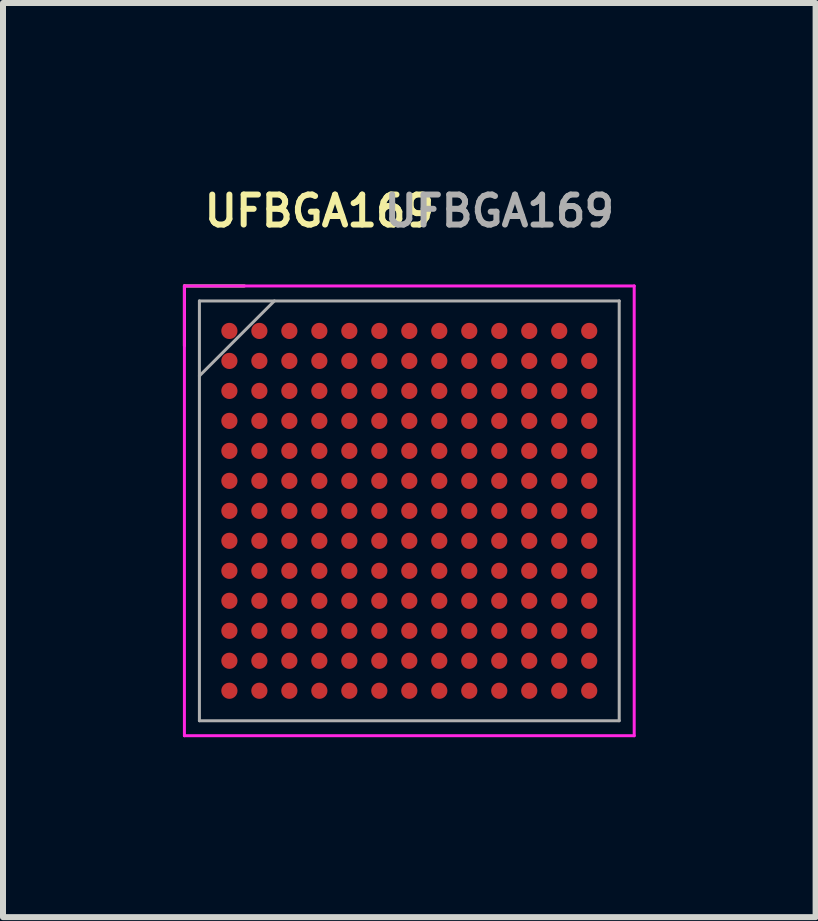
<source format=kicad_pcb>
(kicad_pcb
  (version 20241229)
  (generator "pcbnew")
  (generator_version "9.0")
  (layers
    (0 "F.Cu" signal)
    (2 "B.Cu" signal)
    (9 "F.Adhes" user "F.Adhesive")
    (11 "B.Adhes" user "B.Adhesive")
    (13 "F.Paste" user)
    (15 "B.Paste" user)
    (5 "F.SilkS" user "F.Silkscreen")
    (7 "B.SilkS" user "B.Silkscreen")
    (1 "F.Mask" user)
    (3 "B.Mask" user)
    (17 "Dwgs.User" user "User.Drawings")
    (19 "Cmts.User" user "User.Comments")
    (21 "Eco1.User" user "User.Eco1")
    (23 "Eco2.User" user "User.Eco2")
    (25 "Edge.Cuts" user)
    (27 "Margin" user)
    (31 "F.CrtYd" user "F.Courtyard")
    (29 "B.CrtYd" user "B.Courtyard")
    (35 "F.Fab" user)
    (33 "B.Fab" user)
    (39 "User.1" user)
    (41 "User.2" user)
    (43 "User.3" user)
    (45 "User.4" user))
  (footprint "UFBGA169"
    (layer "F.Cu")
    (at 3.775 5.468)
    (property "Reference" "UFBGA169" (at -1.5 -5 0) (layer "F.SilkS") (effects (font (size 0.5 0.5) (thickness 0.1))))
    (attr smd)
    (fp_line (start -3.75 -3.75) (end -2.75 -3.75) (stroke (width 0.05) (type solid)) (layer "F.SilkS"))
    (fp_line (start -3.75 -2.75) (end -3.75 -3.75) (stroke (width 0.05) (type solid)) (layer "F.SilkS"))
    (fp_line (start -3.75 -3.75) (end 3.75 -3.75) (stroke (width 0.05) (type solid)) (layer "F.CrtYd"))
    (fp_line (start -3.75 3.75) (end -3.75 -3.75) (stroke (width 0.05) (type solid)) (layer "F.CrtYd"))
    (fp_line (start 3.75 -3.75) (end 3.75 3.75) (stroke (width 0.05) (type solid)) (layer "F.CrtYd"))
    (fp_line (start 3.75 3.75) (end -3.75 3.75) (stroke (width 0.05) (type solid)) (layer "F.CrtYd"))
    (fp_line (start -3.5 -3.5) (end 3.5 -3.5) (stroke (width 0.05) (type solid)) (layer "F.Fab"))
    (fp_line (start -3.5 3.5) (end -3.5 -3.5) (stroke (width 0.05) (type solid)) (layer "F.Fab"))
    (fp_line (start -2.25 -3.5) (end -3.5 -2.25) (stroke (width 0.05) (type solid)) (layer "F.Fab"))
    (fp_line (start 3.5 -3.5) (end 3.5 3.5) (stroke (width 0.05) (type solid)) (layer "F.Fab"))
    (fp_line (start 3.5 3.5) (end -3.5 3.5) (stroke (width 0.05) (type solid)) (layer "F.Fab"))
    (fp_text user "${REFERENCE}" (at 1.5 -5 0) (layer "F.Fab") (effects (font (size 0.5 0.5) (thickness 0.1))))
    (pad "" smd rect (at -3 -3) (size 0.27 0.27) (layers "F.Paste"))
    (pad "" smd rect (at -3 -2.5) (size 0.27 0.27) (layers "F.Paste"))
    (pad "" smd rect (at -3 -2) (size 0.27 0.27) (layers "F.Paste"))
    (pad "" smd rect (at -3 -1.5) (size 0.27 0.27) (layers "F.Paste"))
    (pad "" smd rect (at -3 -1) (size 0.27 0.27) (layers "F.Paste"))
    (pad "" smd rect (at -3 -0.5) (size 0.27 0.27) (layers "F.Paste"))
    (pad "" smd rect (at -3 0) (size 0.27 0.27) (layers "F.Paste"))
    (pad "" smd rect (at -3 0.5) (size 0.27 0.27) (layers "F.Paste"))
    (pad "" smd rect (at -3 1) (size 0.27 0.27) (layers "F.Paste"))
    (pad "" smd rect (at -3 1.5) (size 0.27 0.27) (layers "F.Paste"))
    (pad "" smd rect (at -3 2) (size 0.27 0.27) (layers "F.Paste"))
    (pad "" smd rect (at -3 2.5) (size 0.27 0.27) (layers "F.Paste"))
    (pad "" smd rect (at -3 3) (size 0.27 0.27) (layers "F.Paste"))
    (pad "" smd rect (at -2.5 -3) (size 0.27 0.27) (layers "F.Paste"))
    (pad "" smd rect (at -2.5 -2.5) (size 0.27 0.27) (layers "F.Paste"))
    (pad "" smd rect (at -2.5 -2) (size 0.27 0.27) (layers "F.Paste"))
    (pad "" smd rect (at -2.5 -1.5) (size 0.27 0.27) (layers "F.Paste"))
    (pad "" smd rect (at -2.5 -1) (size 0.27 0.27) (layers "F.Paste"))
    (pad "" smd rect (at -2.5 -0.5) (size 0.27 0.27) (layers "F.Paste"))
    (pad "" smd rect (at -2.5 0) (size 0.27 0.27) (layers "F.Paste"))
    (pad "" smd rect (at -2.5 0.5) (size 0.27 0.27) (layers "F.Paste"))
    (pad "" smd rect (at -2.5 1) (size 0.27 0.27) (layers "F.Paste"))
    (pad "" smd rect (at -2.5 1.5) (size 0.27 0.27) (layers "F.Paste"))
    (pad "" smd rect (at -2.5 2) (size 0.27 0.27) (layers "F.Paste"))
    (pad "" smd rect (at -2.5 2.5) (size 0.27 0.27) (layers "F.Paste"))
    (pad "" smd rect (at -2.5 3) (size 0.27 0.27) (layers "F.Paste"))
    (pad "" smd rect (at -2 -3) (size 0.27 0.27) (layers "F.Paste"))
    (pad "" smd rect (at -2 -2.5) (size 0.27 0.27) (layers "F.Paste"))
    (pad "" smd rect (at -2 -2) (size 0.27 0.27) (layers "F.Paste"))
    (pad "" smd rect (at -2 -1.5) (size 0.27 0.27) (layers "F.Paste"))
    (pad "" smd rect (at -2 -1) (size 0.27 0.27) (layers "F.Paste"))
    (pad "" smd rect (at -2 -0.5) (size 0.27 0.27) (layers "F.Paste"))
    (pad "" smd rect (at -2 0) (size 0.27 0.27) (layers "F.Paste"))
    (pad "" smd rect (at -2 0.5) (size 0.27 0.27) (layers "F.Paste"))
    (pad "" smd rect (at -2 1) (size 0.27 0.27) (layers "F.Paste"))
    (pad "" smd rect (at -2 1.5) (size 0.27 0.27) (layers "F.Paste"))
    (pad "" smd rect (at -2 2) (size 0.27 0.27) (layers "F.Paste"))
    (pad "" smd rect (at -2 2.5) (size 0.27 0.27) (layers "F.Paste"))
    (pad "" smd rect (at -2 3) (size 0.27 0.27) (layers "F.Paste"))
    (pad "" smd rect (at -1.5 -3) (size 0.27 0.27) (layers "F.Paste"))
    (pad "" smd rect (at -1.5 -2.5) (size 0.27 0.27) (layers "F.Paste"))
    (pad "" smd rect (at -1.5 -2) (size 0.27 0.27) (layers "F.Paste"))
    (pad "" smd rect (at -1.5 -1.5) (size 0.27 0.27) (layers "F.Paste"))
    (pad "" smd rect (at -1.5 -1) (size 0.27 0.27) (layers "F.Paste"))
    (pad "" smd rect (at -1.5 -0.5) (size 0.27 0.27) (layers "F.Paste"))
    (pad "" smd rect (at -1.5 0) (size 0.27 0.27) (layers "F.Paste"))
    (pad "" smd rect (at -1.5 0.5) (size 0.27 0.27) (layers "F.Paste"))
    (pad "" smd rect (at -1.5 1) (size 0.27 0.27) (layers "F.Paste"))
    (pad "" smd rect (at -1.5 1.5) (size 0.27 0.27) (layers "F.Paste"))
    (pad "" smd rect (at -1.5 2) (size 0.27 0.27) (layers "F.Paste"))
    (pad "" smd rect (at -1.5 2.5) (size 0.27 0.27) (layers "F.Paste"))
    (pad "" smd rect (at -1.5 3) (size 0.27 0.27) (layers "F.Paste"))
    (pad "" smd rect (at -1 -3) (size 0.27 0.27) (layers "F.Paste"))
    (pad "" smd rect (at -1 -2.5) (size 0.27 0.27) (layers "F.Paste"))
    (pad "" smd rect (at -1 -2) (size 0.27 0.27) (layers "F.Paste"))
    (pad "" smd rect (at -1 -1.5) (size 0.27 0.27) (layers "F.Paste"))
    (pad "" smd rect (at -1 -1) (size 0.27 0.27) (layers "F.Paste"))
    (pad "" smd rect (at -1 -0.5) (size 0.27 0.27) (layers "F.Paste"))
    (pad "" smd rect (at -1 0) (size 0.27 0.27) (layers "F.Paste"))
    (pad "" smd rect (at -1 0.5) (size 0.27 0.27) (layers "F.Paste"))
    (pad "" smd rect (at -1 1) (size 0.27 0.27) (layers "F.Paste"))
    (pad "" smd rect (at -1 1.5) (size 0.27 0.27) (layers "F.Paste"))
    (pad "" smd rect (at -1 2) (size 0.27 0.27) (layers "F.Paste"))
    (pad "" smd rect (at -1 2.5) (size 0.27 0.27) (layers "F.Paste"))
    (pad "" smd rect (at -1 3) (size 0.27 0.27) (layers "F.Paste"))
    (pad "" smd rect (at -0.5 -3) (size 0.27 0.27) (layers "F.Paste"))
    (pad "" smd rect (at -0.5 -2.5) (size 0.27 0.27) (layers "F.Paste"))
    (pad "" smd rect (at -0.5 -2) (size 0.27 0.27) (layers "F.Paste"))
    (pad "" smd rect (at -0.5 -1.5) (size 0.27 0.27) (layers "F.Paste"))
    (pad "" smd rect (at -0.5 -1) (size 0.27 0.27) (layers "F.Paste"))
    (pad "" smd rect (at -0.5 -0.5) (size 0.27 0.27) (layers "F.Paste"))
    (pad "" smd rect (at -0.5 0) (size 0.27 0.27) (layers "F.Paste"))
    (pad "" smd rect (at -0.5 0.5) (size 0.27 0.27) (layers "F.Paste"))
    (pad "" smd rect (at -0.5 1) (size 0.27 0.27) (layers "F.Paste"))
    (pad "" smd rect (at -0.5 1.5) (size 0.27 0.27) (layers "F.Paste"))
    (pad "" smd rect (at -0.5 2) (size 0.27 0.27) (layers "F.Paste"))
    (pad "" smd rect (at -0.5 2.5) (size 0.27 0.27) (layers "F.Paste"))
    (pad "" smd rect (at -0.5 3) (size 0.27 0.27) (layers "F.Paste"))
    (pad "" smd rect (at 0 -3) (size 0.27 0.27) (layers "F.Paste"))
    (pad "" smd rect (at 0 -2.5) (size 0.27 0.27) (layers "F.Paste"))
    (pad "" smd rect (at 0 -2) (size 0.27 0.27) (layers "F.Paste"))
    (pad "" smd rect (at 0 -1.5) (size 0.27 0.27) (layers "F.Paste"))
    (pad "" smd rect (at 0 -1) (size 0.27 0.27) (layers "F.Paste"))
    (pad "" smd rect (at 0 -0.5) (size 0.27 0.27) (layers "F.Paste"))
    (pad "" smd rect (at 0 0) (size 0.27 0.27) (layers "F.Paste"))
    (pad "" smd rect (at 0 0.5) (size 0.27 0.27) (layers "F.Paste"))
    (pad "" smd rect (at 0 1) (size 0.27 0.27) (layers "F.Paste"))
    (pad "" smd rect (at 0 1.5) (size 0.27 0.27) (layers "F.Paste"))
    (pad "" smd rect (at 0 2) (size 0.27 0.27) (layers "F.Paste"))
    (pad "" smd rect (at 0 2.5) (size 0.27 0.27) (layers "F.Paste"))
    (pad "" smd rect (at 0 3) (size 0.27 0.27) (layers "F.Paste"))
    (pad "" smd rect (at 0.5 -3) (size 0.27 0.27) (layers "F.Paste"))
    (pad "" smd rect (at 0.5 -2.5) (size 0.27 0.27) (layers "F.Paste"))
    (pad "" smd rect (at 0.5 -2) (size 0.27 0.27) (layers "F.Paste"))
    (pad "" smd rect (at 0.5 -1.5) (size 0.27 0.27) (layers "F.Paste"))
    (pad "" smd rect (at 0.5 -1) (size 0.27 0.27) (layers "F.Paste"))
    (pad "" smd rect (at 0.5 -0.5) (size 0.27 0.27) (layers "F.Paste"))
    (pad "" smd rect (at 0.5 0) (size 0.27 0.27) (layers "F.Paste"))
    (pad "" smd rect (at 0.5 0.5) (size 0.27 0.27) (layers "F.Paste"))
    (pad "" smd rect (at 0.5 1) (size 0.27 0.27) (layers "F.Paste"))
    (pad "" smd rect (at 0.5 1.5) (size 0.27 0.27) (layers "F.Paste"))
    (pad "" smd rect (at 0.5 2) (size 0.27 0.27) (layers "F.Paste"))
    (pad "" smd rect (at 0.5 2.5) (size 0.27 0.27) (layers "F.Paste"))
    (pad "" smd rect (at 0.5 3) (size 0.27 0.27) (layers "F.Paste"))
    (pad "" smd rect (at 1 -3) (size 0.27 0.27) (layers "F.Paste"))
    (pad "" smd rect (at 1 -2.5) (size 0.27 0.27) (layers "F.Paste"))
    (pad "" smd rect (at 1 -2) (size 0.27 0.27) (layers "F.Paste"))
    (pad "" smd rect (at 1 -1.5) (size 0.27 0.27) (layers "F.Paste"))
    (pad "" smd rect (at 1 -1) (size 0.27 0.27) (layers "F.Paste"))
    (pad "" smd rect (at 1 -0.5) (size 0.27 0.27) (layers "F.Paste"))
    (pad "" smd rect (at 1 0) (size 0.27 0.27) (layers "F.Paste"))
    (pad "" smd rect (at 1 0.5) (size 0.27 0.27) (layers "F.Paste"))
    (pad "" smd rect (at 1 1) (size 0.27 0.27) (layers "F.Paste"))
    (pad "" smd rect (at 1 1.5) (size 0.27 0.27) (layers "F.Paste"))
    (pad "" smd rect (at 1 2) (size 0.27 0.27) (layers "F.Paste"))
    (pad "" smd rect (at 1 2.5) (size 0.27 0.27) (layers "F.Paste"))
    (pad "" smd rect (at 1 3) (size 0.27 0.27) (layers "F.Paste"))
    (pad "" smd rect (at 1.5 -3) (size 0.27 0.27) (layers "F.Paste"))
    (pad "" smd rect (at 1.5 -2.5) (size 0.27 0.27) (layers "F.Paste"))
    (pad "" smd rect (at 1.5 -2) (size 0.27 0.27) (layers "F.Paste"))
    (pad "" smd rect (at 1.5 -1.5) (size 0.27 0.27) (layers "F.Paste"))
    (pad "" smd rect (at 1.5 -1) (size 0.27 0.27) (layers "F.Paste"))
    (pad "" smd rect (at 1.5 -0.5) (size 0.27 0.27) (layers "F.Paste"))
    (pad "" smd rect (at 1.5 0) (size 0.27 0.27) (layers "F.Paste"))
    (pad "" smd rect (at 1.5 0.5) (size 0.27 0.27) (layers "F.Paste"))
    (pad "" smd rect (at 1.5 1) (size 0.27 0.27) (layers "F.Paste"))
    (pad "" smd rect (at 1.5 1.5) (size 0.27 0.27) (layers "F.Paste"))
    (pad "" smd rect (at 1.5 2) (size 0.27 0.27) (layers "F.Paste"))
    (pad "" smd rect (at 1.5 2.5) (size 0.27 0.27) (layers "F.Paste"))
    (pad "" smd rect (at 1.5 3) (size 0.27 0.27) (layers "F.Paste"))
    (pad "" smd rect (at 2 -3) (size 0.27 0.27) (layers "F.Paste"))
    (pad "" smd rect (at 2 -2.5) (size 0.27 0.27) (layers "F.Paste"))
    (pad "" smd rect (at 2 -2) (size 0.27 0.27) (layers "F.Paste"))
    (pad "" smd rect (at 2 -1.5) (size 0.27 0.27) (layers "F.Paste"))
    (pad "" smd rect (at 2 -1) (size 0.27 0.27) (layers "F.Paste"))
    (pad "" smd rect (at 2 -0.5) (size 0.27 0.27) (layers "F.Paste"))
    (pad "" smd rect (at 2 0) (size 0.27 0.27) (layers "F.Paste"))
    (pad "" smd rect (at 2 0.5) (size 0.27 0.27) (layers "F.Paste"))
    (pad "" smd rect (at 2 1) (size 0.27 0.27) (layers "F.Paste"))
    (pad "" smd rect (at 2 1.5) (size 0.27 0.27) (layers "F.Paste"))
    (pad "" smd rect (at 2 2) (size 0.27 0.27) (layers "F.Paste"))
    (pad "" smd rect (at 2 2.5) (size 0.27 0.27) (layers "F.Paste"))
    (pad "" smd rect (at 2 3) (size 0.27 0.27) (layers "F.Paste"))
    (pad "" smd rect (at 2.5 -3) (size 0.27 0.27) (layers "F.Paste"))
    (pad "" smd rect (at 2.5 -2.5) (size 0.27 0.27) (layers "F.Paste"))
    (pad "" smd rect (at 2.5 -2) (size 0.27 0.27) (layers "F.Paste"))
    (pad "" smd rect (at 2.5 -1.5) (size 0.27 0.27) (layers "F.Paste"))
    (pad "" smd rect (at 2.5 -1) (size 0.27 0.27) (layers "F.Paste"))
    (pad "" smd rect (at 2.5 -0.5) (size 0.27 0.27) (layers "F.Paste"))
    (pad "" smd rect (at 2.5 0) (size 0.27 0.27) (layers "F.Paste"))
    (pad "" smd rect (at 2.5 0.5) (size 0.27 0.27) (layers "F.Paste"))
    (pad "" smd rect (at 2.5 1) (size 0.27 0.27) (layers "F.Paste"))
    (pad "" smd rect (at 2.5 1.5) (size 0.27 0.27) (layers "F.Paste"))
    (pad "" smd rect (at 2.5 2) (size 0.27 0.27) (layers "F.Paste"))
    (pad "" smd rect (at 2.5 2.5) (size 0.27 0.27) (layers "F.Paste"))
    (pad "" smd rect (at 2.5 3) (size 0.27 0.27) (layers "F.Paste"))
    (pad "" smd rect (at 3 -3) (size 0.27 0.27) (layers "F.Paste"))
    (pad "" smd rect (at 3 -2.5) (size 0.27 0.27) (layers "F.Paste"))
    (pad "" smd rect (at 3 -2) (size 0.27 0.27) (layers "F.Paste"))
    (pad "" smd rect (at 3 -1.5) (size 0.27 0.27) (layers "F.Paste"))
    (pad "" smd rect (at 3 -1) (size 0.27 0.27) (layers "F.Paste"))
    (pad "" smd rect (at 3 -0.5) (size 0.27 0.27) (layers "F.Paste"))
    (pad "" smd rect (at 3 0) (size 0.27 0.27) (layers "F.Paste"))
    (pad "" smd rect (at 3 0.5) (size 0.27 0.27) (layers "F.Paste"))
    (pad "" smd rect (at 3 1) (size 0.27 0.27) (layers "F.Paste"))
    (pad "" smd rect (at 3 1.5) (size 0.27 0.27) (layers "F.Paste"))
    (pad "" smd rect (at 3 2) (size 0.27 0.27) (layers "F.Paste"))
    (pad "" smd rect (at 3 2.5) (size 0.27 0.27) (layers "F.Paste"))
    (pad "" smd rect (at 3 3) (size 0.27 0.27) (layers "F.Paste"))
    (pad "A1" smd circle (at -3 -3) (size 0.27 0.27) (layers "F.Cu" "F.Mask" "F.Paste"))
    (pad "A2" smd circle (at -2.5 -3) (size 0.27 0.27) (layers "F.Cu" "F.Mask" "F.Paste"))
    (pad "A3" smd circle (at -2 -3) (size 0.27 0.27) (layers "F.Cu" "F.Mask" "F.Paste"))
    (pad "A4" smd circle (at -1.5 -3) (size 0.27 0.27) (layers "F.Cu" "F.Mask" "F.Paste"))
    (pad "A5" smd circle (at -1 -3) (size 0.27 0.27) (layers "F.Cu" "F.Mask" "F.Paste"))
    (pad "A6" smd circle (at -0.5 -3) (size 0.27 0.27) (layers "F.Cu" "F.Mask" "F.Paste"))
    (pad "A7" smd circle (at 0 -3) (size 0.27 0.27) (layers "F.Cu" "F.Mask" "F.Paste"))
    (pad "A8" smd circle (at 0.5 -3) (size 0.27 0.27) (layers "F.Cu" "F.Mask" "F.Paste"))
    (pad "A9" smd circle (at 1 -3) (size 0.27 0.27) (layers "F.Cu" "F.Mask" "F.Paste"))
    (pad "A10" smd circle (at 1.5 -3) (size 0.27 0.27) (layers "F.Cu" "F.Mask" "F.Paste"))
    (pad "A11" smd circle (at 2 -3) (size 0.27 0.27) (layers "F.Cu" "F.Mask" "F.Paste"))
    (pad "A12" smd circle (at 2.5 -3) (size 0.27 0.27) (layers "F.Cu" "F.Mask" "F.Paste"))
    (pad "A13" smd circle (at 3 -3) (size 0.27 0.27) (layers "F.Cu" "F.Mask" "F.Paste"))
    (pad "B1" smd circle (at -3 -2.5) (size 0.27 0.27) (layers "F.Cu" "F.Mask" "F.Paste"))
    (pad "B2" smd circle (at -2.5 -2.5) (size 0.27 0.27) (layers "F.Cu" "F.Mask" "F.Paste"))
    (pad "B3" smd circle (at -2 -2.5) (size 0.27 0.27) (layers "F.Cu" "F.Mask" "F.Paste"))
    (pad "B4" smd circle (at -1.5 -2.5) (size 0.27 0.27) (layers "F.Cu" "F.Mask" "F.Paste"))
    (pad "B5" smd circle (at -1 -2.5) (size 0.27 0.27) (layers "F.Cu" "F.Mask" "F.Paste"))
    (pad "B6" smd circle (at -0.5 -2.5) (size 0.27 0.27) (layers "F.Cu" "F.Mask" "F.Paste"))
    (pad "B7" smd circle (at 0 -2.5) (size 0.27 0.27) (layers "F.Cu" "F.Mask" "F.Paste"))
    (pad "B8" smd circle (at 0.5 -2.5) (size 0.27 0.27) (layers "F.Cu" "F.Mask" "F.Paste"))
    (pad "B9" smd circle (at 1 -2.5) (size 0.27 0.27) (layers "F.Cu" "F.Mask" "F.Paste"))
    (pad "B10" smd circle (at 1.5 -2.5) (size 0.27 0.27) (layers "F.Cu" "F.Mask" "F.Paste"))
    (pad "B11" smd circle (at 2 -2.5) (size 0.27 0.27) (layers "F.Cu" "F.Mask" "F.Paste"))
    (pad "B12" smd circle (at 2.5 -2.5) (size 0.27 0.27) (layers "F.Cu" "F.Mask" "F.Paste"))
    (pad "B13" smd circle (at 3 -2.5) (size 0.27 0.27) (layers "F.Cu" "F.Mask" "F.Paste"))
    (pad "C1" smd circle (at -3 -2) (size 0.27 0.27) (layers "F.Cu" "F.Mask" "F.Paste"))
    (pad "C2" smd circle (at -2.5 -2) (size 0.27 0.27) (layers "F.Cu" "F.Mask" "F.Paste"))
    (pad "C3" smd circle (at -2 -2) (size 0.27 0.27) (layers "F.Cu" "F.Mask" "F.Paste"))
    (pad "C4" smd circle (at -1.5 -2) (size 0.27 0.27) (layers "F.Cu" "F.Mask" "F.Paste"))
    (pad "C5" smd circle (at -1 -2) (size 0.27 0.27) (layers "F.Cu" "F.Mask" "F.Paste"))
    (pad "C6" smd circle (at -0.5 -2) (size 0.27 0.27) (layers "F.Cu" "F.Mask" "F.Paste"))
    (pad "C7" smd circle (at 0 -2) (size 0.27 0.27) (layers "F.Cu" "F.Mask" "F.Paste"))
    (pad "C8" smd circle (at 0.5 -2) (size 0.27 0.27) (layers "F.Cu" "F.Mask" "F.Paste"))
    (pad "C9" smd circle (at 1 -2) (size 0.27 0.27) (layers "F.Cu" "F.Mask" "F.Paste"))
    (pad "C10" smd circle (at 1.5 -2) (size 0.27 0.27) (layers "F.Cu" "F.Mask" "F.Paste"))
    (pad "C11" smd circle (at 2 -2) (size 0.27 0.27) (layers "F.Cu" "F.Mask" "F.Paste"))
    (pad "C12" smd circle (at 2.5 -2) (size 0.27 0.27) (layers "F.Cu" "F.Mask" "F.Paste"))
    (pad "C13" smd circle (at 3 -2) (size 0.27 0.27) (layers "F.Cu" "F.Mask" "F.Paste"))
    (pad "D1" smd circle (at -3 -1.5) (size 0.27 0.27) (layers "F.Cu" "F.Mask" "F.Paste"))
    (pad "D2" smd circle (at -2.5 -1.5) (size 0.27 0.27) (layers "F.Cu" "F.Mask" "F.Paste"))
    (pad "D3" smd circle (at -2 -1.5) (size 0.27 0.27) (layers "F.Cu" "F.Mask" "F.Paste"))
    (pad "D4" smd circle (at -1.5 -1.5) (size 0.27 0.27) (layers "F.Cu" "F.Mask" "F.Paste"))
    (pad "D5" smd circle (at -1 -1.5) (size 0.27 0.27) (layers "F.Cu" "F.Mask" "F.Paste"))
    (pad "D6" smd circle (at -0.5 -1.5) (size 0.27 0.27) (layers "F.Cu" "F.Mask" "F.Paste"))
    (pad "D7" smd circle (at 0 -1.5) (size 0.27 0.27) (layers "F.Cu" "F.Mask" "F.Paste"))
    (pad "D8" smd circle (at 0.5 -1.5) (size 0.27 0.27) (layers "F.Cu" "F.Mask" "F.Paste"))
    (pad "D9" smd circle (at 1 -1.5) (size 0.27 0.27) (layers "F.Cu" "F.Mask" "F.Paste"))
    (pad "D10" smd circle (at 1.5 -1.5) (size 0.27 0.27) (layers "F.Cu" "F.Mask" "F.Paste"))
    (pad "D11" smd circle (at 2 -1.5) (size 0.27 0.27) (layers "F.Cu" "F.Mask" "F.Paste"))
    (pad "D12" smd circle (at 2.5 -1.5) (size 0.27 0.27) (layers "F.Cu" "F.Mask" "F.Paste"))
    (pad "D13" smd circle (at 3 -1.5) (size 0.27 0.27) (layers "F.Cu" "F.Mask" "F.Paste"))
    (pad "E1" smd circle (at -3 -1) (size 0.27 0.27) (layers "F.Cu" "F.Mask" "F.Paste"))
    (pad "E2" smd circle (at -2.5 -1) (size 0.27 0.27) (layers "F.Cu" "F.Mask" "F.Paste"))
    (pad "E3" smd circle (at -2 -1) (size 0.27 0.27) (layers "F.Cu" "F.Mask" "F.Paste"))
    (pad "E4" smd circle (at -1.5 -1) (size 0.27 0.27) (layers "F.Cu" "F.Mask" "F.Paste"))
    (pad "E5" smd circle (at -1 -1) (size 0.27 0.27) (layers "F.Cu" "F.Mask" "F.Paste"))
    (pad "E6" smd circle (at -0.5 -1) (size 0.27 0.27) (layers "F.Cu" "F.Mask" "F.Paste"))
    (pad "E7" smd circle (at 0 -1) (size 0.27 0.27) (layers "F.Cu" "F.Mask" "F.Paste"))
    (pad "E8" smd circle (at 0.5 -1) (size 0.27 0.27) (layers "F.Cu" "F.Mask" "F.Paste"))
    (pad "E9" smd circle (at 1 -1) (size 0.27 0.27) (layers "F.Cu" "F.Mask" "F.Paste"))
    (pad "E10" smd circle (at 1.5 -1) (size 0.27 0.27) (layers "F.Cu" "F.Mask" "F.Paste"))
    (pad "E11" smd circle (at 2 -1) (size 0.27 0.27) (layers "F.Cu" "F.Mask" "F.Paste"))
    (pad "E12" smd circle (at 2.5 -1) (size 0.27 0.27) (layers "F.Cu" "F.Mask" "F.Paste"))
    (pad "E13" smd circle (at 3 -1) (size 0.27 0.27) (layers "F.Cu" "F.Mask" "F.Paste"))
    (pad "F1" smd circle (at -3 -0.5) (size 0.27 0.27) (layers "F.Cu" "F.Mask" "F.Paste"))
    (pad "F2" smd circle (at -2.5 -0.5) (size 0.27 0.27) (layers "F.Cu" "F.Mask" "F.Paste"))
    (pad "F3" smd circle (at -2 -0.5) (size 0.27 0.27) (layers "F.Cu" "F.Mask" "F.Paste"))
    (pad "F4" smd circle (at -1.5 -0.5) (size 0.27 0.27) (layers "F.Cu" "F.Mask" "F.Paste"))
    (pad "F5" smd circle (at -1 -0.5) (size 0.27 0.27) (layers "F.Cu" "F.Mask" "F.Paste"))
    (pad "F6" smd circle (at -0.5 -0.5) (size 0.27 0.27) (layers "F.Cu" "F.Mask" "F.Paste"))
    (pad "F7" smd circle (at 0 -0.5) (size 0.27 0.27) (layers "F.Cu" "F.Mask" "F.Paste"))
    (pad "F8" smd circle (at 0.5 -0.5) (size 0.27 0.27) (layers "F.Cu" "F.Mask" "F.Paste"))
    (pad "F9" smd circle (at 1 -0.5) (size 0.27 0.27) (layers "F.Cu" "F.Mask" "F.Paste"))
    (pad "F10" smd circle (at 1.5 -0.5) (size 0.27 0.27) (layers "F.Cu" "F.Mask" "F.Paste"))
    (pad "F11" smd circle (at 2 -0.5) (size 0.27 0.27) (layers "F.Cu" "F.Mask" "F.Paste"))
    (pad "F12" smd circle (at 2.5 -0.5) (size 0.27 0.27) (layers "F.Cu" "F.Mask" "F.Paste"))
    (pad "F13" smd circle (at 3 -0.5) (size 0.27 0.27) (layers "F.Cu" "F.Mask" "F.Paste"))
    (pad "G1" smd circle (at -3 0) (size 0.27 0.27) (layers "F.Cu" "F.Mask" "F.Paste"))
    (pad "G2" smd circle (at -2.5 0) (size 0.27 0.27) (layers "F.Cu" "F.Mask" "F.Paste"))
    (pad "G3" smd circle (at -2 0) (size 0.27 0.27) (layers "F.Cu" "F.Mask" "F.Paste"))
    (pad "G4" smd circle (at -1.5 0) (size 0.27 0.27) (layers "F.Cu" "F.Mask" "F.Paste"))
    (pad "G5" smd circle (at -1 0) (size 0.27 0.27) (layers "F.Cu" "F.Mask" "F.Paste"))
    (pad "G6" smd circle (at -0.5 0) (size 0.27 0.27) (layers "F.Cu" "F.Mask" "F.Paste"))
    (pad "G7" smd circle (at 0 0) (size 0.27 0.27) (layers "F.Cu" "F.Mask" "F.Paste"))
    (pad "G8" smd circle (at 0.5 0) (size 0.27 0.27) (layers "F.Cu" "F.Mask" "F.Paste"))
    (pad "G9" smd circle (at 1 0) (size 0.27 0.27) (layers "F.Cu" "F.Mask" "F.Paste"))
    (pad "G10" smd circle (at 1.5 0) (size 0.27 0.27) (layers "F.Cu" "F.Mask" "F.Paste"))
    (pad "G11" smd circle (at 2 0) (size 0.27 0.27) (layers "F.Cu" "F.Mask" "F.Paste"))
    (pad "G12" smd circle (at 2.5 0) (size 0.27 0.27) (layers "F.Cu" "F.Mask" "F.Paste"))
    (pad "G13" smd circle (at 3 0) (size 0.27 0.27) (layers "F.Cu" "F.Mask" "F.Paste"))
    (pad "H1" smd circle (at -3 0.5) (size 0.27 0.27) (layers "F.Cu" "F.Mask" "F.Paste"))
    (pad "H2" smd circle (at -2.5 0.5) (size 0.27 0.27) (layers "F.Cu" "F.Mask" "F.Paste"))
    (pad "H3" smd circle (at -2 0.5) (size 0.27 0.27) (layers "F.Cu" "F.Mask" "F.Paste"))
    (pad "H4" smd circle (at -1.5 0.5) (size 0.27 0.27) (layers "F.Cu" "F.Mask" "F.Paste"))
    (pad "H5" smd circle (at -1 0.5) (size 0.27 0.27) (layers "F.Cu" "F.Mask" "F.Paste"))
    (pad "H6" smd circle (at -0.5 0.5) (size 0.27 0.27) (layers "F.Cu" "F.Mask" "F.Paste"))
    (pad "H7" smd circle (at 0 0.5) (size 0.27 0.27) (layers "F.Cu" "F.Mask" "F.Paste"))
    (pad "H8" smd circle (at 0.5 0.5) (size 0.27 0.27) (layers "F.Cu" "F.Mask" "F.Paste"))
    (pad "H9" smd circle (at 1 0.5) (size 0.27 0.27) (layers "F.Cu" "F.Mask" "F.Paste"))
    (pad "H10" smd circle (at 1.5 0.5) (size 0.27 0.27) (layers "F.Cu" "F.Mask" "F.Paste"))
    (pad "H11" smd circle (at 2 0.5) (size 0.27 0.27) (layers "F.Cu" "F.Mask" "F.Paste"))
    (pad "H12" smd circle (at 2.5 0.5) (size 0.27 0.27) (layers "F.Cu" "F.Mask" "F.Paste"))
    (pad "H13" smd circle (at 3 0.5) (size 0.27 0.27) (layers "F.Cu" "F.Mask" "F.Paste"))
    (pad "J1" smd circle (at -3 1) (size 0.27 0.27) (layers "F.Cu" "F.Mask" "F.Paste"))
    (pad "J2" smd circle (at -2.5 1) (size 0.27 0.27) (layers "F.Cu" "F.Mask" "F.Paste"))
    (pad "J3" smd circle (at -2 1) (size 0.27 0.27) (layers "F.Cu" "F.Mask" "F.Paste"))
    (pad "J4" smd circle (at -1.5 1) (size 0.27 0.27) (layers "F.Cu" "F.Mask" "F.Paste"))
    (pad "J5" smd circle (at -1 1) (size 0.27 0.27) (layers "F.Cu" "F.Mask" "F.Paste"))
    (pad "J6" smd circle (at -0.5 1) (size 0.27 0.27) (layers "F.Cu" "F.Mask" "F.Paste"))
    (pad "J7" smd circle (at 0 1) (size 0.27 0.27) (layers "F.Cu" "F.Mask" "F.Paste"))
    (pad "J8" smd circle (at 0.5 1) (size 0.27 0.27) (layers "F.Cu" "F.Mask" "F.Paste"))
    (pad "J9" smd circle (at 1 1) (size 0.27 0.27) (layers "F.Cu" "F.Mask" "F.Paste"))
    (pad "J10" smd circle (at 1.5 1) (size 0.27 0.27) (layers "F.Cu" "F.Mask" "F.Paste"))
    (pad "J11" smd circle (at 2 1) (size 0.27 0.27) (layers "F.Cu" "F.Mask" "F.Paste"))
    (pad "J12" smd circle (at 2.5 1) (size 0.27 0.27) (layers "F.Cu" "F.Mask" "F.Paste"))
    (pad "J13" smd circle (at 3 1) (size 0.27 0.27) (layers "F.Cu" "F.Mask" "F.Paste"))
    (pad "K1" smd circle (at -3 1.5) (size 0.27 0.27) (layers "F.Cu" "F.Mask" "F.Paste"))
    (pad "K2" smd circle (at -2.5 1.5) (size 0.27 0.27) (layers "F.Cu" "F.Mask" "F.Paste"))
    (pad "K3" smd circle (at -2 1.5) (size 0.27 0.27) (layers "F.Cu" "F.Mask" "F.Paste"))
    (pad "K4" smd circle (at -1.5 1.5) (size 0.27 0.27) (layers "F.Cu" "F.Mask" "F.Paste"))
    (pad "K5" smd circle (at -1 1.5) (size 0.27 0.27) (layers "F.Cu" "F.Mask" "F.Paste"))
    (pad "K6" smd circle (at -0.5 1.5) (size 0.27 0.27) (layers "F.Cu" "F.Mask" "F.Paste"))
    (pad "K7" smd circle (at 0 1.5) (size 0.27 0.27) (layers "F.Cu" "F.Mask" "F.Paste"))
    (pad "K8" smd circle (at 0.5 1.5) (size 0.27 0.27) (layers "F.Cu" "F.Mask" "F.Paste"))
    (pad "K9" smd circle (at 1 1.5) (size 0.27 0.27) (layers "F.Cu" "F.Mask" "F.Paste"))
    (pad "K10" smd circle (at 1.5 1.5) (size 0.27 0.27) (layers "F.Cu" "F.Mask" "F.Paste"))
    (pad "K11" smd circle (at 2 1.5) (size 0.27 0.27) (layers "F.Cu" "F.Mask" "F.Paste"))
    (pad "K12" smd circle (at 2.5 1.5) (size 0.27 0.27) (layers "F.Cu" "F.Mask" "F.Paste"))
    (pad "K13" smd circle (at 3 1.5) (size 0.27 0.27) (layers "F.Cu" "F.Mask" "F.Paste"))
    (pad "L1" smd circle (at -3 2) (size 0.27 0.27) (layers "F.Cu" "F.Mask" "F.Paste"))
    (pad "L2" smd circle (at -2.5 2) (size 0.27 0.27) (layers "F.Cu" "F.Mask" "F.Paste"))
    (pad "L3" smd circle (at -2 2) (size 0.27 0.27) (layers "F.Cu" "F.Mask" "F.Paste"))
    (pad "L4" smd circle (at -1.5 2) (size 0.27 0.27) (layers "F.Cu" "F.Mask" "F.Paste"))
    (pad "L5" smd circle (at -1 2) (size 0.27 0.27) (layers "F.Cu" "F.Mask" "F.Paste"))
    (pad "L6" smd circle (at -0.5 2) (size 0.27 0.27) (layers "F.Cu" "F.Mask" "F.Paste"))
    (pad "L7" smd circle (at 0 2) (size 0.27 0.27) (layers "F.Cu" "F.Mask" "F.Paste"))
    (pad "L8" smd circle (at 0.5 2) (size 0.27 0.27) (layers "F.Cu" "F.Mask" "F.Paste"))
    (pad "L9" smd circle (at 1 2) (size 0.27 0.27) (layers "F.Cu" "F.Mask" "F.Paste"))
    (pad "L10" smd circle (at 1.5 2) (size 0.27 0.27) (layers "F.Cu" "F.Mask" "F.Paste"))
    (pad "L11" smd circle (at 2 2) (size 0.27 0.27) (layers "F.Cu" "F.Mask" "F.Paste"))
    (pad "L12" smd circle (at 2.5 2) (size 0.27 0.27) (layers "F.Cu" "F.Mask" "F.Paste"))
    (pad "L13" smd circle (at 3 2) (size 0.27 0.27) (layers "F.Cu" "F.Mask" "F.Paste"))
    (pad "M1" smd circle (at -3 2.5) (size 0.27 0.27) (layers "F.Cu" "F.Mask" "F.Paste"))
    (pad "M2" smd circle (at -2.5 2.5) (size 0.27 0.27) (layers "F.Cu" "F.Mask" "F.Paste"))
    (pad "M3" smd circle (at -2 2.5) (size 0.27 0.27) (layers "F.Cu" "F.Mask" "F.Paste"))
    (pad "M4" smd circle (at -1.5 2.5) (size 0.27 0.27) (layers "F.Cu" "F.Mask" "F.Paste"))
    (pad "M5" smd circle (at -1 2.5) (size 0.27 0.27) (layers "F.Cu" "F.Mask" "F.Paste"))
    (pad "M6" smd circle (at -0.5 2.5) (size 0.27 0.27) (layers "F.Cu" "F.Mask" "F.Paste"))
    (pad "M7" smd circle (at 0 2.5) (size 0.27 0.27) (layers "F.Cu" "F.Mask" "F.Paste"))
    (pad "M8" smd circle (at 0.5 2.5) (size 0.27 0.27) (layers "F.Cu" "F.Mask" "F.Paste"))
    (pad "M9" smd circle (at 1 2.5) (size 0.27 0.27) (layers "F.Cu" "F.Mask" "F.Paste"))
    (pad "M10" smd circle (at 1.5 2.5) (size 0.27 0.27) (layers "F.Cu" "F.Mask" "F.Paste"))
    (pad "M11" smd circle (at 2 2.5) (size 0.27 0.27) (layers "F.Cu" "F.Mask" "F.Paste"))
    (pad "M12" smd circle (at 2.5 2.5) (size 0.27 0.27) (layers "F.Cu" "F.Mask" "F.Paste"))
    (pad "M13" smd circle (at 3 2.5) (size 0.27 0.27) (layers "F.Cu" "F.Mask" "F.Paste"))
    (pad "N1" smd circle (at -3 3) (size 0.27 0.27) (layers "F.Cu" "F.Mask" "F.Paste"))
    (pad "N2" smd circle (at -2.5 3) (size 0.27 0.27) (layers "F.Cu" "F.Mask" "F.Paste"))
    (pad "N3" smd circle (at -2 3) (size 0.27 0.27) (layers "F.Cu" "F.Mask" "F.Paste"))
    (pad "N4" smd circle (at -1.5 3) (size 0.27 0.27) (layers "F.Cu" "F.Mask" "F.Paste"))
    (pad "N5" smd circle (at -1 3) (size 0.27 0.27) (layers "F.Cu" "F.Mask" "F.Paste"))
    (pad "N6" smd circle (at -0.5 3) (size 0.27 0.27) (layers "F.Cu" "F.Mask" "F.Paste"))
    (pad "N7" smd circle (at 0 3) (size 0.27 0.27) (layers "F.Cu" "F.Mask" "F.Paste"))
    (pad "N8" smd circle (at 0.5 3) (size 0.27 0.27) (layers "F.Cu" "F.Mask" "F.Paste"))
    (pad "N9" smd circle (at 1 3) (size 0.27 0.27) (layers "F.Cu" "F.Mask" "F.Paste"))
    (pad "N10" smd circle (at 1.5 3) (size 0.27 0.27) (layers "F.Cu" "F.Mask" "F.Paste"))
    (pad "N11" smd circle (at 2 3) (size 0.27 0.27) (layers "F.Cu" "F.Mask" "F.Paste"))
    (pad "N12" smd circle (at 2.5 3) (size 0.27 0.27) (layers "F.Cu" "F.Mask" "F.Paste"))
    (pad "N13" smd circle (at 3 3) (size 0.27 0.27) (layers "F.Cu" "F.Mask" "F.Paste")))
  (gr_rect
    (start -3 -3)
    (end 10.55 12.243)
    (stroke (width 0.1) (type default))
    (fill no)
    (layer "Edge.Cuts")))
</source>
